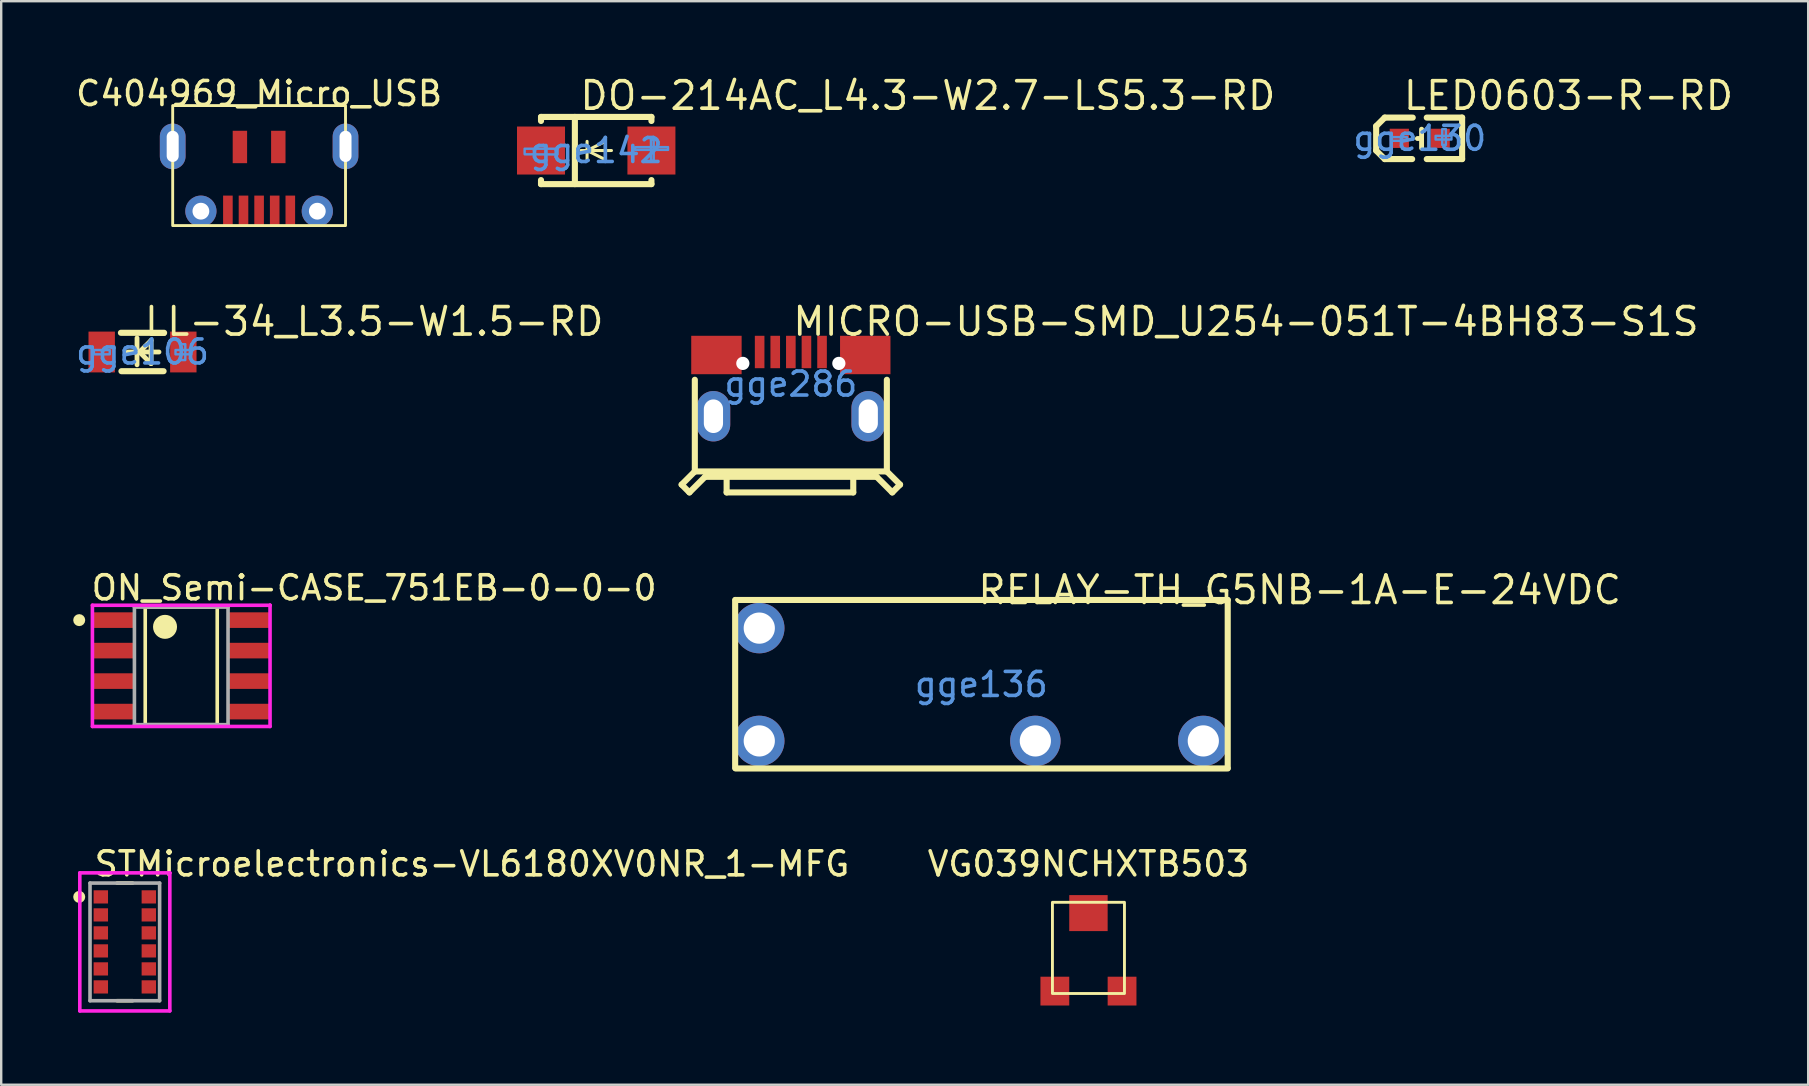
<source format=kicad_pcb>
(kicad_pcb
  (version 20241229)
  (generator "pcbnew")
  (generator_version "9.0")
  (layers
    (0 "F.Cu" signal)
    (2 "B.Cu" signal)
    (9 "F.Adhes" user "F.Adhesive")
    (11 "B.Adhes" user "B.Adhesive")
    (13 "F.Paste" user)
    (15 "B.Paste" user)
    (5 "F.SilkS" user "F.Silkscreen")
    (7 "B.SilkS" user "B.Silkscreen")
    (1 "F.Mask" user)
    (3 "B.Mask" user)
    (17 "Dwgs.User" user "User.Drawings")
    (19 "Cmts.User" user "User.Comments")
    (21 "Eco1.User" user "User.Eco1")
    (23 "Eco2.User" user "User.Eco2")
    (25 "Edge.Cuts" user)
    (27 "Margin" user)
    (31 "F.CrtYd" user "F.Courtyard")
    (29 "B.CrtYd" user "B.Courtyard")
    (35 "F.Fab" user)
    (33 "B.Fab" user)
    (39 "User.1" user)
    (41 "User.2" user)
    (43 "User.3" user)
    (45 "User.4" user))
  (footprint "LED0603-R-RD"
    (layer "F.Cu")
    (at 56.096 2.713)
    (property "Reference" "LED0603-R-RD" (at -0.762 -1.778 0) (layer "F.SilkS") (effects (font (size 1.143 1.143) (thickness 0.152)) (justify left)))
    (attr smd)
    (fp_line (start -1.816 -0.508) (end -1.46 -0.864) (stroke (width 0.254) (type solid)) (layer "F.SilkS"))
    (fp_line (start -1.816 0.508) (end -1.816 -0.508) (stroke (width 0.254) (type solid)) (layer "F.SilkS"))
    (fp_line (start -1.46 0.864) (end -1.816 0.508) (stroke (width 0.254) (type solid)) (layer "F.SilkS"))
    (fp_line (start -0.317 0.864) (end -1.46 0.864) (stroke (width 0.254) (type solid)) (layer "F.SilkS"))
    (fp_line (start -0.292 -0.864) (end -1.46 -0.864) (stroke (width 0.254) (type solid)) (layer "F.SilkS"))
    (fp_line (start 0.076 0.008) (end -0.099 0.008) (stroke (width 0.203) (type solid)) (layer "F.SilkS"))
    (fp_line (start 0.076 0.406) (end 0.076 -0.381) (stroke (width 0.203) (type solid)) (layer "F.SilkS"))
    (fp_line (start 1.765 -0.864) (end 0.292 -0.864) (stroke (width 0.254) (type solid)) (layer "F.SilkS"))
    (fp_line (start 1.765 0.864) (end 0.292 0.864) (stroke (width 0.254) (type solid)) (layer "F.SilkS"))
    (fp_line (start 1.765 0.864) (end 1.765 -0.864) (stroke (width 0.254) (type solid)) (layer "F.SilkS"))
    (fp_poly (pts (xy -1.193 -0.05) (xy -0.533 -0.05) (xy -0.533 0.103) (xy -1.193 0.103)) (stroke (width 0.1) (type solid)) (fill no) (layer "Cmts.User"))
    (fp_poly (pts (xy 0.66 -0.102) (xy 1.321 -0.102) (xy 1.321 0.051) (xy 0.66 0.051)) (stroke (width 0.1) (type solid)) (fill no) (layer "Cmts.User"))
    (fp_poly (pts (xy 0.936 0.275) (xy 0.936 -0.385) (xy 1.088 -0.385) (xy 1.088 0.275)) (stroke (width 0.1) (type solid)) (fill no) (layer "Cmts.User"))
    (fp_text user "gge130" (at 0 0 0) (layer "Cmts.User") (effects (font (size 1 1) (thickness 0.15))))
    (pad "1" smd rect (at 0.851 0 90) (size 0.8 0.8) (layers "F.Cu" "F.Mask" "F.Paste"))
    (pad "2" smd rect (at -0.851 0 90) (size 0.8 0.8) (layers "F.Cu" "F.Mask" "F.Paste")))
  (footprint "RELAY-TH_G5NB-1A-E-24VDC"
    (layer "F.Cu")
    (at 37.83 25.466)
    (property "Reference" "RELAY-TH_G5NB-1A-E-24VDC" (at -0.227 -3.94 0) (layer "F.SilkS") (effects (font (size 1.143 1.143) (thickness 0.152)) (justify left)))
    (attr through_hole)
    (fp_line (start -10.254 -3.522) (end -10.254 3.478) (stroke (width 0.254) (type solid)) (layer "F.SilkS"))
    (fp_line (start -10.234 -3.522) (end 10.266 -3.522) (stroke (width 0.254) (type solid)) (layer "F.SilkS"))
    (fp_line (start -10.234 3.498) (end 10.266 3.498) (stroke (width 0.254) (type solid)) (layer "F.SilkS"))
    (fp_line (start 10.266 -3.522) (end 10.266 3.478) (stroke (width 0.254) (type solid)) (layer "F.SilkS"))
    (fp_text user "gge136" (at 0 0 0) (layer "Cmts.User") (effects (font (size 1 1) (thickness 0.15))))
    (pad "1" thru_hole circle (at -9.249 2.35) (size 2.1 2.1) (drill 1.3) (layers "*.Cu" "*.Paste" "*.Mask"))
    (pad "2" thru_hole circle (at 2.252 2.35) (size 2.1 2.1) (drill 1.3) (layers "*.Cu" "*.Paste" "*.Mask"))
    (pad "3" thru_hole circle (at 9.249 2.35) (size 2.1 2.1) (drill 1.3) (layers "*.Cu" "*.Paste" "*.Mask"))
    (pad "4" thru_hole circle (at -9.249 -2.349) (size 2.1 2.1) (drill 1.3) (layers "*.Cu" "*.Paste" "*.Mask")))
  (footprint "C404969_Micro_USB"
    (layer "F.Cu")
    (at 7.744 1.348)
    (property "Reference" "C404969_Micro_USB" (at 0 -0.5 0) (unlocked yes) (layer "F.SilkS") (effects (font (size 1 1) (thickness 0.15))))
    (attr smd)
    (fp_rect (start -3.6 0) (end 3.6 5) (stroke (width 0.12) (type solid)) (fill no) (layer "F.SilkS"))
    (pad "1" smd rect (at 1.3 4.375) (size 0.4 1.25) (layers "F.Cu" "F.Mask" "F.Paste"))
    (pad "2" smd rect (at 0.65 4.375) (size 0.4 1.25) (layers "F.Cu" "F.Mask" "F.Paste"))
    (pad "3" smd rect (at 0 4.375) (size 0.4 1.25) (layers "F.Cu" "F.Mask" "F.Paste"))
    (pad "4" smd rect (at -0.65 4.375) (size 0.4 1.25) (layers "F.Cu" "F.Mask" "F.Paste"))
    (pad "5" smd rect (at -1.3 4.375) (size 0.4 1.25) (layers "F.Cu" "F.Mask" "F.Paste"))
    (pad "6" thru_hole oval (at -3.6 1.7) (size 1.07 1.9) (drill oval 0.5 1.3) (layers "*.Cu" "*.Mask"))
    (pad "6" thru_hole circle (at -2.425 4.4) (size 1.3 1.3) (drill 0.7) (layers "*.Cu" "*.Mask"))
    (pad "6" smd rect (at -0.8 1.725) (size 0.6 1.35) (layers "F.Cu" "F.Mask" "F.Paste"))
    (pad "6" smd rect (at 0.8 1.725) (size 0.6 1.35) (layers "F.Cu" "F.Mask" "F.Paste"))
    (pad "6" thru_hole circle (at 2.425 4.4) (size 1.3 1.3) (drill 0.7) (layers "*.Cu" "*.Mask"))
    (pad "6" thru_hole oval (at 3.6 1.7) (size 1.07 1.9) (drill oval 0.5 1.3) (layers "*.Cu" "*.Mask")))
  (footprint "MICRO-USB-SMD_U254-051T-4BH83-S1S"
    (layer "F.Cu")
    (at 29.896 12.952)
    (property "Reference" "MICRO-USB-SMD_U254-051T-4BH83-S1S" (at 0 -2.608 0) (layer "F.SilkS") (effects (font (size 1.143 1.143) (thickness 0.152)) (justify left)))
    (attr smd)
    (fp_line (start -4.55 4.187) (end -4.225 4.512) (stroke (width 0.254) (type solid)) (layer "F.SilkS"))
    (fp_line (start -4.225 4.512) (end -3.575 3.862) (stroke (width 0.254) (type solid)) (layer "F.SilkS"))
    (fp_line (start -4 3.637) (end -4.55 4.187) (stroke (width 0.254) (type solid)) (layer "F.SilkS"))
    (fp_line (start -4 3.637) (end -4 -0.181) (stroke (width 0.254) (type solid)) (layer "F.SilkS"))
    (fp_line (start -4 3.637) (end 4 3.637) (stroke (width 0.254) (type solid)) (layer "F.SilkS"))
    (fp_line (start -2.675 3.862) (end -2.675 4.512) (stroke (width 0.254) (type solid)) (layer "F.SilkS"))
    (fp_line (start -2.675 4.512) (end 2.6 4.512) (stroke (width 0.254) (type solid)) (layer "F.SilkS"))
    (fp_line (start 2.6 4.512) (end 2.6 3.862) (stroke (width 0.254) (type solid)) (layer "F.SilkS"))
    (fp_line (start 3.575 3.862) (end -3.575 3.862) (stroke (width 0.254) (type solid)) (layer "F.SilkS"))
    (fp_line (start 4 3.637) (end 4 -0.181) (stroke (width 0.254) (type solid)) (layer "F.SilkS"))
    (fp_line (start 4 3.637) (end 4.55 4.187) (stroke (width 0.254) (type solid)) (layer "F.SilkS"))
    (fp_line (start 4.225 4.512) (end 3.575 3.862) (stroke (width 0.254) (type solid)) (layer "F.SilkS"))
    (fp_line (start 4.55 4.187) (end 4.225 4.512) (stroke (width 0.254) (type solid)) (layer "F.SilkS"))
    (fp_text user "gge286" (at 0 0 0) (layer "Cmts.User") (effects (font (size 1 1) (thickness 0.15))))
    (pad "" np_thru_hole circle (at -2 -0.863) (size 0.55 0.55) (drill 0.55) (layers "*.Cu" "*.Mask"))
    (pad "" np_thru_hole circle (at 2 -0.863) (size 0.55 0.55) (drill 0.55) (layers "*.Cu" "*.Mask"))
    (pad "1" smd rect (at -1.3 -1.338) (size 0.4 1.35) (layers "F.Cu" "F.Mask" "F.Paste"))
    (pad "2" smd rect (at -0.65 -1.338) (size 0.4 1.35) (layers "F.Cu" "F.Mask" "F.Paste"))
    (pad "3" smd rect (at 0 -1.338) (size 0.4 1.35) (layers "F.Cu" "F.Mask" "F.Paste"))
    (pad "4" smd rect (at 0.65 -1.338) (size 0.4 1.35) (layers "F.Cu" "F.Mask" "F.Paste"))
    (pad "5" smd rect (at 1.3 -1.338) (size 0.4 1.35) (layers "F.Cu" "F.Mask" "F.Paste"))
    (pad "6" thru_hole oval (at -3.225 1.338 90) (size 2.1 1.4) (drill oval 1.4 0.8) (layers "*.Cu" "*.Paste" "*.Mask"))
    (pad "6" smd rect (at -3.1 -1.213) (size 2.1 1.6) (layers "F.Cu" "F.Mask" "F.Paste"))
    (pad "6" smd rect (at 3.1 -1.213) (size 2.1 1.6) (layers "F.Cu" "F.Mask" "F.Paste"))
    (pad "6" thru_hole oval (at 3.225 1.338 90) (size 2.1 1.4) (drill oval 1.4 0.8) (layers "*.Cu" "*.Paste" "*.Mask")))
  (footprint "LL-34_L3.5-W1.5-RD"
    (layer "F.Cu")
    (at 2.887 11.614)
    (property "Reference" "LL-34_L3.5-W1.5-RD" (at 0 -1.27 0) (layer "F.SilkS") (effects (font (size 1.143 1.143) (thickness 0.152)) (justify left)))
    (attr smd)
    (fp_line (start -0.9 -0.8) (end 0.9 -0.8) (stroke (width 0.254) (type solid)) (layer "F.SilkS"))
    (fp_line (start -0.878 0.8) (end 0.878 0.8) (stroke (width 0.254) (type solid)) (layer "F.SilkS"))
    (fp_line (start -0.61 0) (end 0.686 0) (stroke (width 0.2) (type solid)) (layer "F.SilkS"))
    (fp_line (start -0.229 -0.584) (end -0.229 0.533) (stroke (width 0.2) (type solid)) (layer "F.SilkS"))
    (fp_line (start -0.127 0) (end 0.356 -0.483) (stroke (width 0.2) (type solid)) (layer "F.SilkS"))
    (fp_line (start 0.356 -0.483) (end 0.356 0.483) (stroke (width 0.2) (type solid)) (layer "F.SilkS"))
    (fp_line (start 0.356 0.483) (end -0.102 0.025) (stroke (width 0.2) (type solid)) (layer "F.SilkS"))
    (fp_poly (pts (xy -1.365 0.096) (xy -2.026 0.096) (xy -2.026 -0.082) (xy -1.365 -0.082)) (stroke (width 0.1) (type solid)) (fill no) (layer "Cmts.User"))
    (fp_poly (pts (xy 1.604 0.335) (xy 1.604 -0.326) (xy 1.782 -0.326) (xy 1.782 0.335)) (stroke (width 0.1) (type solid)) (fill no) (layer "Cmts.User"))
    (fp_poly (pts (xy 2.035 0.096) (xy 1.374 0.096) (xy 1.374 -0.082) (xy 2.035 -0.082)) (stroke (width 0.1) (type solid)) (fill no) (layer "Cmts.User"))
    (fp_text user "gge106" (at 0 0 0) (layer "Cmts.User") (effects (font (size 1 1) (thickness 0.15))))
    (pad "1" smd rect (at -1.7 0 180) (size 1.1 1.7) (layers "F.Cu" "F.Mask" "F.Paste"))
    (pad "2" smd rect (at 1.7 0 180) (size 1.1 1.7) (layers "F.Cu" "F.Mask" "F.Paste")))
  (footprint "ON_Semi-CASE_751EB-0-0-0"
    (layer "F.Cu")
    (at 4.5 24.689)
    (property "Reference" "ON_Semi-CASE_751EB-0-0-0" (at -3.825 -3.25 0) (layer "F.SilkS") (effects (font (size 1 1) (thickness 0.15)) (justify left)))
    (attr through_hole)
    (fp_line (start -1.5 -2.45) (end 1.5 -2.45) (stroke (width 0.15) (type solid)) (layer "F.SilkS"))
    (fp_line (start -1.5 2.45) (end -1.5 -2.45) (stroke (width 0.15) (type solid)) (layer "F.SilkS"))
    (fp_line (start 1.5 -2.45) (end 1.5 2.45) (stroke (width 0.15) (type solid)) (layer "F.SilkS"))
    (fp_line (start 1.5 2.45) (end -1.5 2.45) (stroke (width 0.15) (type solid)) (layer "F.SilkS"))
    (fp_circle (center -4.25 -1.905) (end -4.125 -1.905) (stroke (width 0.25) (type solid)) (fill no) (layer "F.SilkS"))
    (fp_circle (center -0.675 -1.625) (end -0.425 -1.625) (stroke (width 0.5) (type solid)) (fill no) (layer "F.SilkS"))
    (fp_line (start -3.7 -2.525) (end -3.7 2.525) (stroke (width 0.15) (type solid)) (layer "F.CrtYd"))
    (fp_line (start -3.7 2.525) (end 3.7 2.525) (stroke (width 0.15) (type solid)) (layer "F.CrtYd"))
    (fp_line (start 3.7 -2.525) (end -3.7 -2.525) (stroke (width 0.15) (type solid)) (layer "F.CrtYd"))
    (fp_line (start 3.7 -2.525) (end 3.7 -2.525) (stroke (width 0.15) (type solid)) (layer "F.CrtYd"))
    (fp_line (start 3.7 2.525) (end 3.7 -2.525) (stroke (width 0.15) (type solid)) (layer "F.CrtYd"))
    (fp_line (start -1.95 -2.45) (end 1.95 -2.45) (stroke (width 0.15) (type solid)) (layer "F.Fab"))
    (fp_line (start -1.95 2.45) (end -1.95 -2.45) (stroke (width 0.15) (type solid)) (layer "F.Fab"))
    (fp_line (start 1.95 -2.45) (end 1.95 2.45) (stroke (width 0.15) (type solid)) (layer "F.Fab"))
    (fp_line (start 1.95 2.45) (end -1.95 2.45) (stroke (width 0.15) (type solid)) (layer "F.Fab"))
    (pad "1" smd rect (at -2.8 -1.905) (size 1.75 0.65) (layers "F.Cu" "F.Mask" "F.Paste"))
    (pad "2" smd rect (at -2.8 -0.635) (size 1.75 0.65) (layers "F.Cu" "F.Mask" "F.Paste"))
    (pad "3" smd rect (at -2.8 0.635) (size 1.75 0.65) (layers "F.Cu" "F.Mask" "F.Paste"))
    (pad "4" smd rect (at -2.8 1.905) (size 1.75 0.65) (layers "F.Cu" "F.Mask" "F.Paste"))
    (pad "5" smd rect (at 2.8 1.905) (size 1.75 0.65) (layers "F.Cu" "F.Mask" "F.Paste"))
    (pad "6" smd rect (at 2.8 0.635) (size 1.75 0.65) (layers "F.Cu" "F.Mask" "F.Paste"))
    (pad "7" smd rect (at 2.8 -0.635) (size 1.75 0.65) (layers "F.Cu" "F.Mask" "F.Paste"))
    (pad "8" smd rect (at 2.8 -1.905) (size 1.75 0.65) (layers "F.Cu" "F.Mask" "F.Paste")))
  (footprint "DO-214AC_L4.3-W2.7-LS5.3-RD"
    (layer "F.Cu")
    (at 21.788 3.221)
    (property "Reference" "DO-214AC_L4.3-W2.7-LS5.3-RD" (at -0.762 -2.286 0) (layer "F.SilkS") (effects (font (size 1.143 1.143) (thickness 0.152)) (justify left)))
    (attr smd)
    (fp_line (start -2.3 -1.4) (end -2.3 -1.231) (stroke (width 0.254) (type solid)) (layer "F.SilkS"))
    (fp_line (start -2.3 -1.4) (end 2.3 -1.4) (stroke (width 0.254) (type solid)) (layer "F.SilkS"))
    (fp_line (start -2.3 1.231) (end -2.3 1.4) (stroke (width 0.254) (type solid)) (layer "F.SilkS"))
    (fp_line (start -2.3 1.4) (end 2.3 1.4) (stroke (width 0.254) (type solid)) (layer "F.SilkS"))
    (fp_line (start -0.889 1.4) (end -0.889 -1.4) (stroke (width 0.254) (type solid)) (layer "F.SilkS"))
    (fp_line (start -0.381 0) (end -0.381 -0.381) (stroke (width 0.127) (type solid)) (layer "F.SilkS"))
    (fp_line (start -0.381 0) (end -0.381 0.381) (stroke (width 0.127) (type solid)) (layer "F.SilkS"))
    (fp_line (start 0.381 -0.381) (end -0.381 0) (stroke (width 0.127) (type solid)) (layer "F.SilkS"))
    (fp_line (start 0.381 0) (end 0.381 -0.381) (stroke (width 0.127) (type solid)) (layer "F.SilkS"))
    (fp_line (start 0.381 0) (end 0.381 0.381) (stroke (width 0.127) (type solid)) (layer "F.SilkS"))
    (fp_line (start 0.381 0.381) (end -0.381 0) (stroke (width 0.127) (type solid)) (layer "F.SilkS"))
    (fp_line (start 0.635 0) (end -0.635 0) (stroke (width 0.127) (type solid)) (layer "F.SilkS"))
    (fp_line (start 2.3 -1.4) (end 2.3 -1.231) (stroke (width 0.254) (type solid)) (layer "F.SilkS"))
    (fp_line (start 2.3 1.231) (end 2.3 1.4) (stroke (width 0.254) (type solid)) (layer "F.SilkS"))
    (fp_poly (pts (xy -2.98 0.157) (xy -2.983 0.14) (xy -2.983 -0.076) (xy -1.619 -0.074) (xy -1.61 -0.053) (xy -1.61 0.164)) (stroke (width 0.1) (type solid)) (fill no) (layer "Cmts.User"))
    (fp_poly (pts (xy 2.281 -0.447) (xy 2.281 0.425) (xy 2.283 0.427) (xy 2.39 0.427) (xy 2.395 0.422) (xy 2.395 -0.447) (xy 2.39 -0.452) (xy 2.273 -0.452)) (stroke (width 0.1) (type solid)) (fill no) (layer "Cmts.User"))
    (fp_poly (pts (xy 2.995 -0.028) (xy 1.617 -0.028) (xy 1.617 -0.136) (xy 1.72 -0.142) (xy 2.987 -0.14) (xy 2.991 -0.144) (xy 2.991 -0.032) (xy 2.993 -0.03)) (stroke (width 0.1) (type solid)) (fill no) (layer "Cmts.User"))
    (fp_text user "gge142" (at 0 0 0) (layer "Cmts.User") (effects (font (size 1 1) (thickness 0.15))))
    (pad "1" smd rect (at -2.3 0 180) (size 2 2) (layers "F.Cu" "F.Mask" "F.Paste"))
    (pad "2" smd rect (at 2.3 0 180) (size 2 2) (layers "F.Cu" "F.Mask" "F.Paste")))
  (footprint "VG039NCHXTB503"
    (layer "F.Cu")
    (at 42.294 36.439)
    (property "Reference" "VG039NCHXTB503" (at 0 -3.5 0) (unlocked yes) (layer "F.SilkS") (effects (font (size 1 1) (thickness 0.15))))
    (attr smd)
    (fp_rect (start -1.5 -1.9) (end 1.5 1.9) (stroke (width 0.12) (type solid)) (fill no) (layer "F.SilkS"))
    (pad "1" smd rect (at 1.4 1.8) (size 1.2 1.2) (layers "F.Cu" "F.Mask" "F.Paste"))
    (pad "2" smd rect (at 0 -1.45) (size 1.6 1.5) (layers "F.Cu" "F.Mask" "F.Paste"))
    (pad "3" smd rect (at -1.4 1.8) (size 1.2 1.2) (layers "F.Cu" "F.Mask" "F.Paste")))
  (footprint "STMicroelectronics-VL6180XV0NR_1-MFG"
    (layer "F.Cu")
    (at 2.15 36.189)
    (property "Reference" "STMicroelectronics-VL6180XV0NR_1-MFG" (at -1.35 -3.25 0) (layer "F.SilkS") (effects (font (size 1 1) (thickness 0.15)) (justify left)))
    (attr through_hole)
    (fp_line (start -0.325 -2.45) (end 0.325 -2.45) (stroke (width 0.15) (type solid)) (layer "F.SilkS"))
    (fp_line (start -0.325 2.45) (end 0.325 2.45) (stroke (width 0.15) (type solid)) (layer "F.SilkS"))
    (fp_circle (center -1.9 -1.875) (end -1.775 -1.875) (stroke (width 0.25) (type solid)) (fill no) (layer "F.SilkS"))
    (fp_line (start -1.875 -2.875) (end -1.875 2.875) (stroke (width 0.15) (type solid)) (layer "F.CrtYd"))
    (fp_line (start -1.875 2.875) (end 1.875 2.875) (stroke (width 0.15) (type solid)) (layer "F.CrtYd"))
    (fp_line (start 1.875 -2.875) (end -1.875 -2.875) (stroke (width 0.15) (type solid)) (layer "F.CrtYd"))
    (fp_line (start 1.875 -2.875) (end 1.875 -2.875) (stroke (width 0.15) (type solid)) (layer "F.CrtYd"))
    (fp_line (start 1.875 2.875) (end 1.875 -2.875) (stroke (width 0.15) (type solid)) (layer "F.CrtYd"))
    (fp_line (start -1.45 -2.45) (end 1.45 -2.45) (stroke (width 0.15) (type solid)) (layer "F.Fab"))
    (fp_line (start -1.45 2.45) (end -1.45 -2.45) (stroke (width 0.15) (type solid)) (layer "F.Fab"))
    (fp_line (start 1.45 -2.45) (end 1.45 2.45) (stroke (width 0.15) (type solid)) (layer "F.Fab"))
    (fp_line (start 1.45 2.45) (end -1.45 2.45) (stroke (width 0.15) (type solid)) (layer "F.Fab"))
    (pad "1" smd rect (at -1 -1.875) (size 0.6 0.55) (layers "F.Cu" "F.Mask" "F.Paste"))
    (pad "2" smd rect (at -1 -1.125) (size 0.6 0.55) (layers "F.Cu" "F.Mask" "F.Paste"))
    (pad "3" smd rect (at -1 -0.375) (size 0.6 0.55) (layers "F.Cu" "F.Mask" "F.Paste"))
    (pad "4" smd rect (at -1 0.375) (size 0.6 0.55) (layers "F.Cu" "F.Mask" "F.Paste"))
    (pad "5" smd rect (at -1 1.125) (size 0.6 0.55) (layers "F.Cu" "F.Mask" "F.Paste"))
    (pad "6" smd rect (at -1 1.875) (size 0.6 0.55) (layers "F.Cu" "F.Mask" "F.Paste"))
    (pad "7" smd rect (at 1 1.875) (size 0.6 0.55) (layers "F.Cu" "F.Mask" "F.Paste"))
    (pad "8" smd rect (at 1 1.125) (size 0.6 0.55) (layers "F.Cu" "F.Mask" "F.Paste"))
    (pad "9" smd rect (at 1 0.375) (size 0.6 0.55) (layers "F.Cu" "F.Mask" "F.Paste"))
    (pad "10" smd rect (at 1 -0.375) (size 0.6 0.55) (layers "F.Cu" "F.Mask" "F.Paste"))
    (pad "11" smd rect (at 1 -1.125) (size 0.6 0.55) (layers "F.Cu" "F.Mask" "F.Paste"))
    (pad "12" smd rect (at 1 -1.875) (size 0.6 0.55) (layers "F.Cu" "F.Mask" "F.Paste")))
  (gr_rect
    (start -3 -3)
    (end 72.278 42.139)
    (stroke (width 0.1) (type default))
    (fill no)
    (layer "Edge.Cuts")))
</source>
